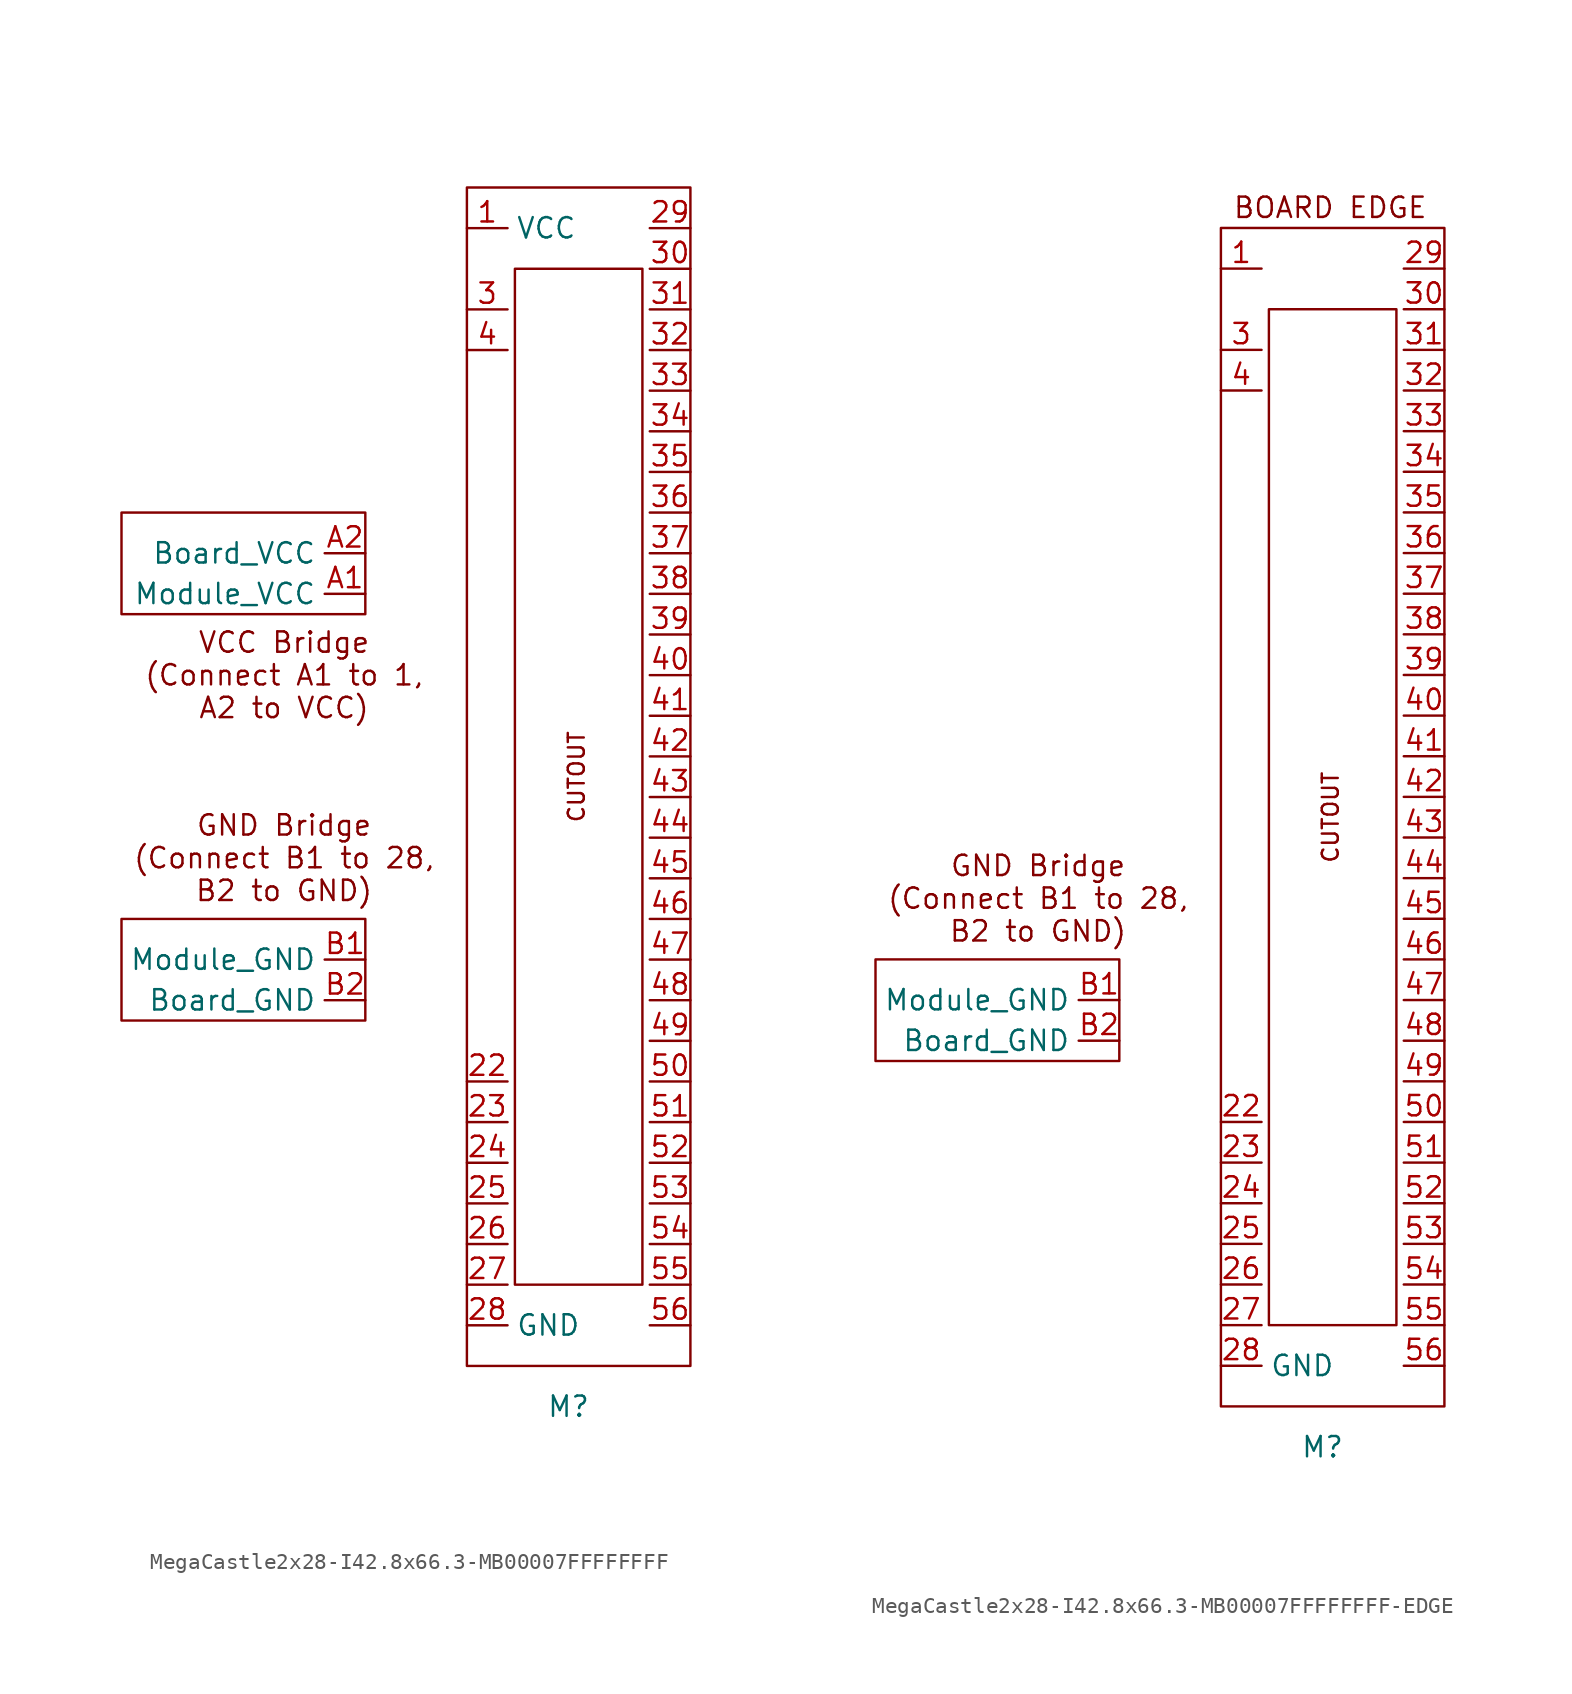
<source format=kicad_sym>
(kicad_symbol_lib
  (version 20241209)
  (generator "kicad_symbol_editor")
  (generator_version "9.0")
  (symbol "MegaCastle2x28-I42.8x66.3-MB00007FFFFFFFF"
    (property "Reference" "M"
      (at 0 -39.37 0)
      (effects (font (size 1.27 1.27))))
    (property "Value" ""
      (at 0 5.08 0)
      (effects (font (size 1.27 1.27))))
    (symbol "MegaCastle2x28-I42.8x66.3-MB00007FFFFFFFF_0_1"
      (rectangle (start -27.94 16.51) (end -12.7 10.16) (stroke (width 0) (type default)) (fill (type none)))
      (rectangle (start -27.94 -8.89) (end -12.7 -15.24) (stroke (width 0) (type default)) (fill (type none)))
      (rectangle (start -6.35 36.83) (end 7.62 -36.83) (stroke (width 0) (type default)) (fill (type none)))
      (rectangle (start -3.35 31.75) (end 4.62 -31.75) (stroke (width 0) (type default)) (fill (type none))))
    (symbol "MegaCastle2x28-I42.8x66.3-MB00007FFFFFFFF_1_1"
      (text "VCC Bridge\n(Connect A1 to 1,\nA2 to VCC)" (at -17.78 6.35 0) (effects (font (size 1.27 1.27))))
      (text "GND Bridge\n(Connect B1 to 28,\nB2 to GND)" (at -17.78 -5.08 0) (effects (font (size 1.27 1.27))))
      (text "CUTOUT" (at 0.5 0 900) (effects (font (size 1 1))))
      (pin bidirectional line (at -12.7 13.97 180) (length 2.54) (name "Board_VCC" (effects (font (size 1.27 1.27)))) (number "A2" (effects (font (size 1.27 1.27)))))
      (pin bidirectional line (at -12.7 11.43 180) (length 2.54) (name "Module_VCC" (effects (font (size 1.27 1.27)))) (number "A1" (effects (font (size 1.27 1.27)))))
      (pin bidirectional line (at -12.7 -11.43 180) (length 2.54) (name "Module_GND" (effects (font (size 1.27 1.27)))) (number "B1" (effects (font (size 1.27 1.27)))))
      (pin bidirectional line (at -12.7 -13.97 180) (length 2.54) (name "Board_GND" (effects (font (size 1.27 1.27)))) (number "B2" (effects (font (size 1.27 1.27)))))
      (pin bidirectional line (at -6.35 34.29 0) (length 2.54) (name "VCC" (effects (font (size 1.27 1.27)))) (number "1" (effects (font (size 1.27 1.27)))))
      (pin bidirectional line (at -6.35 29.21 0) (length 2.54) (name "" (effects (font (size 1.27 1.27)))) (number "3" (effects (font (size 1.27 1.27)))))
      (pin bidirectional line (at -6.35 26.67 0) (length 2.54) (name "" (effects (font (size 1.27 1.27)))) (number "4" (effects (font (size 1.27 1.27)))))
      (pin bidirectional line (at -6.35 -19.05 0) (length 2.54) (name "" (effects (font (size 1.27 1.27)))) (number "22" (effects (font (size 1.27 1.27)))))
      (pin bidirectional line (at -6.35 -21.59 0) (length 2.54) (name "" (effects (font (size 1.27 1.27)))) (number "23" (effects (font (size 1.27 1.27)))))
      (pin bidirectional line (at -6.35 -24.13 0) (length 2.54) (name "" (effects (font (size 1.27 1.27)))) (number "24" (effects (font (size 1.27 1.27)))))
      (pin bidirectional line (at -6.35 -26.67 0) (length 2.54) (name "" (effects (font (size 1.27 1.27)))) (number "25" (effects (font (size 1.27 1.27)))))
      (pin bidirectional line (at -6.35 -29.21 0) (length 2.54) (name "" (effects (font (size 1.27 1.27)))) (number "26" (effects (font (size 1.27 1.27)))))
      (pin bidirectional line (at -6.35 -31.75 0) (length 2.54) (name "" (effects (font (size 1.27 1.27)))) (number "27" (effects (font (size 1.27 1.27)))))
      (pin bidirectional line (at -6.35 -34.29 0) (length 2.54) (name "GND" (effects (font (size 1.27 1.27)))) (number "28" (effects (font (size 1.27 1.27)))))
      (pin bidirectional line (at 7.62 34.29 180) (length 2.54) (name "" (effects (font (size 1.27 1.27)))) (number "29" (effects (font (size 1.27 1.27)))))
      (pin bidirectional line (at 7.62 31.75 180) (length 2.54) (name "" (effects (font (size 1.27 1.27)))) (number "30" (effects (font (size 1.27 1.27)))))
      (pin bidirectional line (at 7.62 29.21 180) (length 2.54) (name "" (effects (font (size 1.27 1.27)))) (number "31" (effects (font (size 1.27 1.27)))))
      (pin bidirectional line (at 7.62 26.67 180) (length 2.54) (name "" (effects (font (size 1.27 1.27)))) (number "32" (effects (font (size 1.27 1.27)))))
      (pin bidirectional line (at 7.62 24.13 180) (length 2.54) (name "" (effects (font (size 1.27 1.27)))) (number "33" (effects (font (size 1.27 1.27)))))
      (pin bidirectional line (at 7.62 21.59 180) (length 2.54) (name "" (effects (font (size 1.27 1.27)))) (number "34" (effects (font (size 1.27 1.27)))))
      (pin bidirectional line (at 7.62 19.05 180) (length 2.54) (name "" (effects (font (size 1.27 1.27)))) (number "35" (effects (font (size 1.27 1.27)))))
      (pin bidirectional line (at 7.62 16.51 180) (length 2.54) (name "" (effects (font (size 1.27 1.27)))) (number "36" (effects (font (size 1.27 1.27)))))
      (pin bidirectional line (at 7.62 13.97 180) (length 2.54) (name "" (effects (font (size 1.27 1.27)))) (number "37" (effects (font (size 1.27 1.27)))))
      (pin bidirectional line (at 7.62 11.43 180) (length 2.54) (name "" (effects (font (size 1.27 1.27)))) (number "38" (effects (font (size 1.27 1.27)))))
      (pin bidirectional line (at 7.62 8.89 180) (length 2.54) (name "" (effects (font (size 1.27 1.27)))) (number "39" (effects (font (size 1.27 1.27)))))
      (pin bidirectional line (at 7.62 6.35 180) (length 2.54) (name "" (effects (font (size 1.27 1.27)))) (number "40" (effects (font (size 1.27 1.27)))))
      (pin bidirectional line (at 7.62 3.81 180) (length 2.54) (name "" (effects (font (size 1.27 1.27)))) (number "41" (effects (font (size 1.27 1.27)))))
      (pin bidirectional line (at 7.62 1.27 180) (length 2.54) (name "" (effects (font (size 1.27 1.27)))) (number "42" (effects (font (size 1.27 1.27)))))
      (pin bidirectional line (at 7.62 -1.27 180) (length 2.54) (name "" (effects (font (size 1.27 1.27)))) (number "43" (effects (font (size 1.27 1.27)))))
      (pin bidirectional line (at 7.62 -3.81 180) (length 2.54) (name "" (effects (font (size 1.27 1.27)))) (number "44" (effects (font (size 1.27 1.27)))))
      (pin bidirectional line (at 7.62 -6.35 180) (length 2.54) (name "" (effects (font (size 1.27 1.27)))) (number "45" (effects (font (size 1.27 1.27)))))
      (pin bidirectional line (at 7.62 -8.89 180) (length 2.54) (name "" (effects (font (size 1.27 1.27)))) (number "46" (effects (font (size 1.27 1.27)))))
      (pin bidirectional line (at 7.62 -11.43 180) (length 2.54) (name "" (effects (font (size 1.27 1.27)))) (number "47" (effects (font (size 1.27 1.27)))))
      (pin bidirectional line (at 7.62 -13.97 180) (length 2.54) (name "" (effects (font (size 1.27 1.27)))) (number "48" (effects (font (size 1.27 1.27)))))
      (pin bidirectional line (at 7.62 -16.51 180) (length 2.54) (name "" (effects (font (size 1.27 1.27)))) (number "49" (effects (font (size 1.27 1.27)))))
      (pin bidirectional line (at 7.62 -19.05 180) (length 2.54) (name "" (effects (font (size 1.27 1.27)))) (number "50" (effects (font (size 1.27 1.27)))))
      (pin bidirectional line (at 7.62 -21.59 180) (length 2.54) (name "" (effects (font (size 1.27 1.27)))) (number "51" (effects (font (size 1.27 1.27)))))
      (pin bidirectional line (at 7.62 -24.13 180) (length 2.54) (name "" (effects (font (size 1.27 1.27)))) (number "52" (effects (font (size 1.27 1.27)))))
      (pin bidirectional line (at 7.62 -26.67 180) (length 2.54) (name "" (effects (font (size 1.27 1.27)))) (number "53" (effects (font (size 1.27 1.27)))))
      (pin bidirectional line (at 7.62 -29.21 180) (length 2.54) (name "" (effects (font (size 1.27 1.27)))) (number "54" (effects (font (size 1.27 1.27)))))
      (pin bidirectional line (at 7.62 -31.75 180) (length 2.54) (name "" (effects (font (size 1.27 1.27)))) (number "55" (effects (font (size 1.27 1.27)))))
      (pin bidirectional line (at 7.62 -34.29 180) (length 2.54) (name "" (effects (font (size 1.27 1.27)))) (number "56" (effects (font (size 1.27 1.27)))))))
  (symbol "MegaCastle2x28-I42.8x66.3-MB00007FFFFFFFF-EDGE"
    (property "Reference" "M"
      (at 0 -39.37 0)
      (effects (font (size 1.27 1.27))))
    (property "Value" ""
      (at 0 5.08 0)
      (effects (font (size 1.27 1.27))))
    (symbol "MegaCastle2x28-I42.8x66.3-MB00007FFFFFFFF-EDGE_0_1"
      (rectangle (start -27.94 -8.89) (end -12.7 -15.24) (stroke (width 0) (type default)) (fill (type none)))
      (rectangle (start -6.35 36.83) (end 7.62 -36.83) (stroke (width 0) (type default)) (fill (type none)))
      (rectangle (start -3.35 31.75) (end 4.62 -31.75) (stroke (width 0) (type default)) (fill (type none))))
    (symbol "MegaCastle2x28-I42.8x66.3-MB00007FFFFFFFF-EDGE_1_1"
      (text "GND Bridge\n(Connect B1 to 28,\nB2 to GND)" (at -17.78 -5.08 0) (effects (font (size 1.27 1.27))))
      (text " BOARD EDGE" (at 0 38.1 0) (effects (font (size 1.27 1.27))))
      (text "CUTOUT" (at 0.5 0 900) (effects (font (size 1 1))))
      (pin bidirectional line (at -12.7 -11.43 180) (length 2.54) (name "Module_GND" (effects (font (size 1.27 1.27)))) (number "B1" (effects (font (size 1.27 1.27)))))
      (pin bidirectional line (at -12.7 -13.97 180) (length 2.54) (name "Board_GND" (effects (font (size 1.27 1.27)))) (number "B2" (effects (font (size 1.27 1.27)))))
      (pin bidirectional line (at -6.35 34.29 0) (length 2.54) (name "" (effects (font (size 1.27 1.27)))) (number "1" (effects (font (size 1.27 1.27)))))
      (pin bidirectional line (at -6.35 29.21 0) (length 2.54) (name "" (effects (font (size 1.27 1.27)))) (number "3" (effects (font (size 1.27 1.27)))))
      (pin bidirectional line (at -6.35 26.67 0) (length 2.54) (name "" (effects (font (size 1.27 1.27)))) (number "4" (effects (font (size 1.27 1.27)))))
      (pin bidirectional line (at -6.35 -19.05 0) (length 2.54) (name "" (effects (font (size 1.27 1.27)))) (number "22" (effects (font (size 1.27 1.27)))))
      (pin bidirectional line (at -6.35 -21.59 0) (length 2.54) (name "" (effects (font (size 1.27 1.27)))) (number "23" (effects (font (size 1.27 1.27)))))
      (pin bidirectional line (at -6.35 -24.13 0) (length 2.54) (name "" (effects (font (size 1.27 1.27)))) (number "24" (effects (font (size 1.27 1.27)))))
      (pin bidirectional line (at -6.35 -26.67 0) (length 2.54) (name "" (effects (font (size 1.27 1.27)))) (number "25" (effects (font (size 1.27 1.27)))))
      (pin bidirectional line (at -6.35 -29.21 0) (length 2.54) (name "" (effects (font (size 1.27 1.27)))) (number "26" (effects (font (size 1.27 1.27)))))
      (pin bidirectional line (at -6.35 -31.75 0) (length 2.54) (name "" (effects (font (size 1.27 1.27)))) (number "27" (effects (font (size 1.27 1.27)))))
      (pin bidirectional line (at -6.35 -34.29 0) (length 2.54) (name "GND" (effects (font (size 1.27 1.27)))) (number "28" (effects (font (size 1.27 1.27)))))
      (pin bidirectional line (at 7.62 34.29 180) (length 2.54) (name "" (effects (font (size 1.27 1.27)))) (number "29" (effects (font (size 1.27 1.27)))))
      (pin bidirectional line (at 7.62 31.75 180) (length 2.54) (name "" (effects (font (size 1.27 1.27)))) (number "30" (effects (font (size 1.27 1.27)))))
      (pin bidirectional line (at 7.62 29.21 180) (length 2.54) (name "" (effects (font (size 1.27 1.27)))) (number "31" (effects (font (size 1.27 1.27)))))
      (pin bidirectional line (at 7.62 26.67 180) (length 2.54) (name "" (effects (font (size 1.27 1.27)))) (number "32" (effects (font (size 1.27 1.27)))))
      (pin bidirectional line (at 7.62 24.13 180) (length 2.54) (name "" (effects (font (size 1.27 1.27)))) (number "33" (effects (font (size 1.27 1.27)))))
      (pin bidirectional line (at 7.62 21.59 180) (length 2.54) (name "" (effects (font (size 1.27 1.27)))) (number "34" (effects (font (size 1.27 1.27)))))
      (pin bidirectional line (at 7.62 19.05 180) (length 2.54) (name "" (effects (font (size 1.27 1.27)))) (number "35" (effects (font (size 1.27 1.27)))))
      (pin bidirectional line (at 7.62 16.51 180) (length 2.54) (name "" (effects (font (size 1.27 1.27)))) (number "36" (effects (font (size 1.27 1.27)))))
      (pin bidirectional line (at 7.62 13.97 180) (length 2.54) (name "" (effects (font (size 1.27 1.27)))) (number "37" (effects (font (size 1.27 1.27)))))
      (pin bidirectional line (at 7.62 11.43 180) (length 2.54) (name "" (effects (font (size 1.27 1.27)))) (number "38" (effects (font (size 1.27 1.27)))))
      (pin bidirectional line (at 7.62 8.89 180) (length 2.54) (name "" (effects (font (size 1.27 1.27)))) (number "39" (effects (font (size 1.27 1.27)))))
      (pin bidirectional line (at 7.62 6.35 180) (length 2.54) (name "" (effects (font (size 1.27 1.27)))) (number "40" (effects (font (size 1.27 1.27)))))
      (pin bidirectional line (at 7.62 3.81 180) (length 2.54) (name "" (effects (font (size 1.27 1.27)))) (number "41" (effects (font (size 1.27 1.27)))))
      (pin bidirectional line (at 7.62 1.27 180) (length 2.54) (name "" (effects (font (size 1.27 1.27)))) (number "42" (effects (font (size 1.27 1.27)))))
      (pin bidirectional line (at 7.62 -1.27 180) (length 2.54) (name "" (effects (font (size 1.27 1.27)))) (number "43" (effects (font (size 1.27 1.27)))))
      (pin bidirectional line (at 7.62 -3.81 180) (length 2.54) (name "" (effects (font (size 1.27 1.27)))) (number "44" (effects (font (size 1.27 1.27)))))
      (pin bidirectional line (at 7.62 -6.35 180) (length 2.54) (name "" (effects (font (size 1.27 1.27)))) (number "45" (effects (font (size 1.27 1.27)))))
      (pin bidirectional line (at 7.62 -8.89 180) (length 2.54) (name "" (effects (font (size 1.27 1.27)))) (number "46" (effects (font (size 1.27 1.27)))))
      (pin bidirectional line (at 7.62 -11.43 180) (length 2.54) (name "" (effects (font (size 1.27 1.27)))) (number "47" (effects (font (size 1.27 1.27)))))
      (pin bidirectional line (at 7.62 -13.97 180) (length 2.54) (name "" (effects (font (size 1.27 1.27)))) (number "48" (effects (font (size 1.27 1.27)))))
      (pin bidirectional line (at 7.62 -16.51 180) (length 2.54) (name "" (effects (font (size 1.27 1.27)))) (number "49" (effects (font (size 1.27 1.27)))))
      (pin bidirectional line (at 7.62 -19.05 180) (length 2.54) (name "" (effects (font (size 1.27 1.27)))) (number "50" (effects (font (size 1.27 1.27)))))
      (pin bidirectional line (at 7.62 -21.59 180) (length 2.54) (name "" (effects (font (size 1.27 1.27)))) (number "51" (effects (font (size 1.27 1.27)))))
      (pin bidirectional line (at 7.62 -24.13 180) (length 2.54) (name "" (effects (font (size 1.27 1.27)))) (number "52" (effects (font (size 1.27 1.27)))))
      (pin bidirectional line (at 7.62 -26.67 180) (length 2.54) (name "" (effects (font (size 1.27 1.27)))) (number "53" (effects (font (size 1.27 1.27)))))
      (pin bidirectional line (at 7.62 -29.21 180) (length 2.54) (name "" (effects (font (size 1.27 1.27)))) (number "54" (effects (font (size 1.27 1.27)))))
      (pin bidirectional line (at 7.62 -31.75 180) (length 2.54) (name "" (effects (font (size 1.27 1.27)))) (number "55" (effects (font (size 1.27 1.27)))))
      (pin bidirectional line (at 7.62 -34.29 180) (length 2.54) (name "" (effects (font (size 1.27 1.27)))) (number "56" (effects (font (size 1.27 1.27))))))))
</source>
